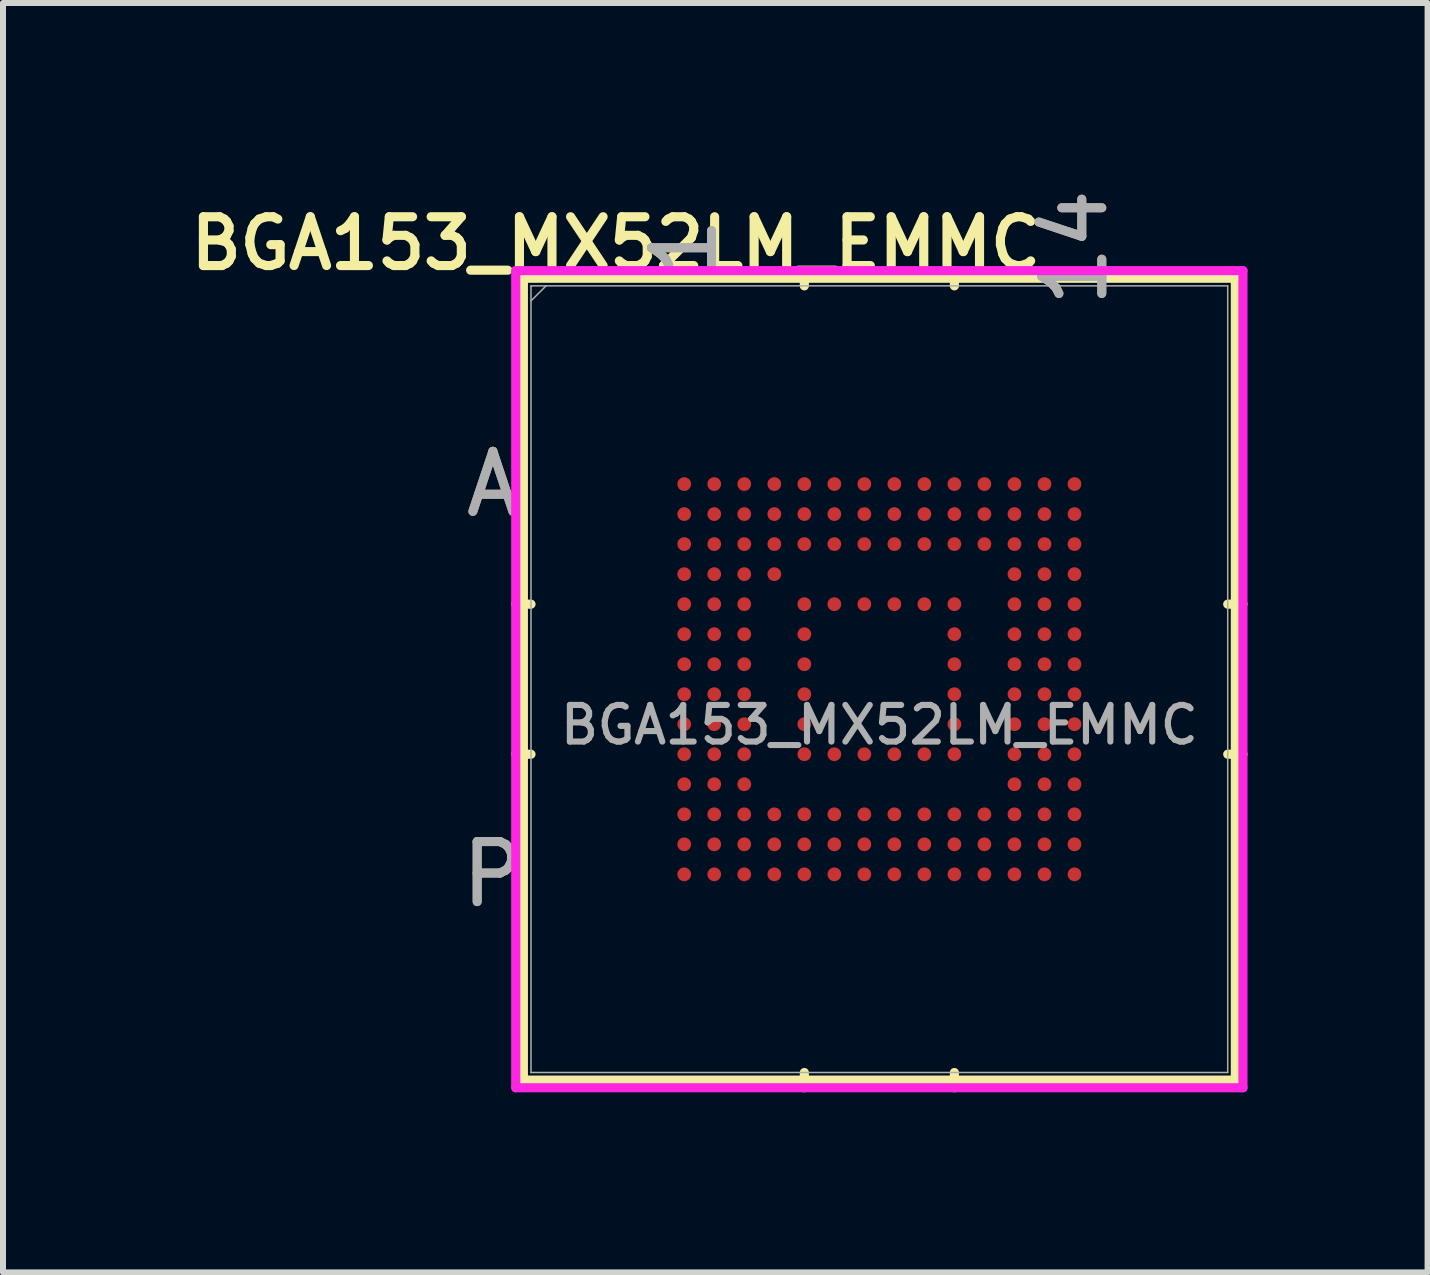
<source format=kicad_pcb>
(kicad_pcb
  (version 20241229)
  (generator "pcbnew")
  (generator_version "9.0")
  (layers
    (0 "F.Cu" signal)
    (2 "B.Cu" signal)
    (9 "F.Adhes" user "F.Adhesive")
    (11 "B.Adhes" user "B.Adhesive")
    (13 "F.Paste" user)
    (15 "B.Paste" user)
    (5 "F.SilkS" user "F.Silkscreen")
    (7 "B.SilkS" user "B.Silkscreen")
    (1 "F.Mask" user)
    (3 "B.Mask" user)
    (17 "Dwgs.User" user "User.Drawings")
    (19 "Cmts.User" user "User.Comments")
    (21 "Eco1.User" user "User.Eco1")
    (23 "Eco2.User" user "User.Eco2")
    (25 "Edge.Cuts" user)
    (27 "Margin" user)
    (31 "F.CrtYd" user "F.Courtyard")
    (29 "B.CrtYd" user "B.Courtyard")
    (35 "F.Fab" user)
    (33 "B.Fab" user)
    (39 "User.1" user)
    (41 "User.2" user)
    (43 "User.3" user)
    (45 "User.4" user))
  (footprint "BGA153_MX52LM_EMMC"
    (layer "F.Cu")
    (at 11.601 8.266)
    (property "Reference" "BGA153_MX52LM_EMMC" (at -4.39 -7.26 0) (unlocked yes) (layer "F.SilkS") (effects (font (size 0.813 0.813) (thickness 0.152) (bold yes))))
    (attr smd)
    (fp_line (start -5.931 -6.68) (end -5.931 6.68) (stroke (width 0.152) (type solid)) (layer "F.SilkS"))
    (fp_line (start -5.931 6.68) (end 5.931 6.68) (stroke (width 0.152) (type solid)) (layer "F.SilkS"))
    (fp_line (start -5.804 -1.25) (end -6.058 -1.25) (stroke (width 0.152) (type solid)) (layer "F.SilkS"))
    (fp_line (start -5.804 1.25) (end -6.058 1.25) (stroke (width 0.152) (type solid)) (layer "F.SilkS"))
    (fp_line (start -1.25 -6.553) (end -1.25 -6.807) (stroke (width 0.152) (type solid)) (layer "F.SilkS"))
    (fp_line (start -1.25 6.553) (end -1.25 6.807) (stroke (width 0.152) (type solid)) (layer "F.SilkS"))
    (fp_line (start 1.25 -6.553) (end 1.25 -6.807) (stroke (width 0.152) (type solid)) (layer "F.SilkS"))
    (fp_line (start 1.25 6.553) (end 1.25 6.807) (stroke (width 0.152) (type solid)) (layer "F.SilkS"))
    (fp_line (start 5.804 -1.25) (end 6.058 -1.25) (stroke (width 0.152) (type solid)) (layer "F.SilkS"))
    (fp_line (start 5.804 1.25) (end 6.058 1.25) (stroke (width 0.152) (type solid)) (layer "F.SilkS"))
    (fp_line (start 5.931 -6.68) (end -5.931 -6.68) (stroke (width 0.152) (type solid)) (layer "F.SilkS"))
    (fp_line (start 5.931 6.68) (end 5.931 -6.68) (stroke (width 0.152) (type solid)) (layer "F.SilkS"))
    (fp_line (start -6.058 -6.807) (end 6.058 -6.807) (stroke (width 0.152) (type solid)) (layer "F.CrtYd"))
    (fp_line (start -6.058 6.807) (end -6.058 -6.807) (stroke (width 0.152) (type solid)) (layer "F.CrtYd"))
    (fp_line (start 6.058 -6.807) (end 6.058 6.807) (stroke (width 0.152) (type solid)) (layer "F.CrtYd"))
    (fp_line (start 6.058 6.807) (end -6.058 6.807) (stroke (width 0.152) (type solid)) (layer "F.CrtYd"))
    (fp_line (start -5.804 -6.553) (end -5.804 6.553) (stroke (width 0.025) (type solid)) (layer "F.Fab"))
    (fp_line (start -5.804 6.553) (end 5.804 6.553) (stroke (width 0.025) (type solid)) (layer "F.Fab"))
    (fp_line (start -5.554 -6.553) (end -5.804 -6.303) (stroke (width 0.025) (type solid)) (layer "F.Fab"))
    (fp_line (start 5.804 -6.553) (end -5.804 -6.553) (stroke (width 0.025) (type solid)) (layer "F.Fab"))
    (fp_line (start 5.804 6.553) (end 5.804 -6.553) (stroke (width 0.025) (type solid)) (layer "F.Fab"))
    (fp_text user "1" (at -3.251 -7.188 90) (unlocked yes) (layer "F.Fab") (effects (font (size 1 1) (thickness 0.15))))
    (fp_text user "${REFERENCE}" (at 0 0.762 0) (unlocked yes) (layer "F.Fab") (effects (font (size 0.61 0.61) (thickness 0.102) (bold yes))))
    (fp_text user "14" (at 3.251 -7.188 90) (unlocked yes) (layer "F.Fab") (effects (font (size 1 1) (thickness 0.15))))
    (fp_text user "A" (at -6.439 -3.251 0) (unlocked yes) (layer "F.Fab") (effects (font (size 1 1) (thickness 0.15))))
    (fp_text user "P" (at -6.439 3.251 0) (unlocked yes) (layer "F.Fab") (effects (font (size 1 1) (thickness 0.15))))
    (fp_text user "P" (at -6.439 3.251 0) (unlocked yes) (layer "F.Fab") (effects (font (size 1 1) (thickness 0.15))))
    (fp_text user "1" (at -3.251 -7.188 90) (unlocked yes) (layer "F.Fab") (effects (font (size 1 1) (thickness 0.15))))
    (fp_text user "A" (at -6.439 -3.251 0) (unlocked yes) (layer "F.Fab") (effects (font (size 1 1) (thickness 0.15))))
    (fp_text user "14" (at 3.251 -7.188 90) (unlocked yes) (layer "F.Fab") (effects (font (size 1 1) (thickness 0.15))))
    (pad "" smd circle (at -3.251 -3.251) (size 0.229 0.229) (layers "F.Cu" "F.Mask" "F.Paste"))
    (pad "" smd circle (at -3.251 -2.751) (size 0.229 0.229) (layers "F.Cu" "F.Mask" "F.Paste"))
    (pad "" smd circle (at -3.251 -2.251) (size 0.229 0.229) (layers "F.Cu" "F.Mask" "F.Paste"))
    (pad "" smd circle (at -3.251 -1.75) (size 0.229 0.229) (layers "F.Cu" "F.Mask" "F.Paste"))
    (pad "" smd circle (at -3.251 -1.25) (size 0.229 0.229) (layers "F.Cu" "F.Mask" "F.Paste"))
    (pad "" smd circle (at -3.251 -0.75) (size 0.229 0.229) (layers "F.Cu" "F.Mask" "F.Paste"))
    (pad "" smd circle (at -3.251 -0.25) (size 0.229 0.229) (layers "F.Cu" "F.Mask" "F.Paste"))
    (pad "" smd circle (at -3.251 0.25) (size 0.229 0.229) (layers "F.Cu" "F.Mask" "F.Paste"))
    (pad "" smd circle (at -3.251 0.75) (size 0.229 0.229) (layers "F.Cu" "F.Mask" "F.Paste"))
    (pad "" smd circle (at -3.251 1.25) (size 0.229 0.229) (layers "F.Cu" "F.Mask" "F.Paste"))
    (pad "" smd circle (at -3.251 1.75) (size 0.229 0.229) (layers "F.Cu" "F.Mask" "F.Paste"))
    (pad "" smd circle (at -3.251 2.251) (size 0.229 0.229) (layers "F.Cu" "F.Mask" "F.Paste"))
    (pad "" smd circle (at -3.251 2.751) (size 0.229 0.229) (layers "F.Cu" "F.Mask" "F.Paste"))
    (pad "" smd circle (at -3.251 3.251) (size 0.229 0.229) (layers "F.Cu" "F.Mask" "F.Paste"))
    (pad "" smd circle (at -2.751 -3.251) (size 0.229 0.229) (layers "F.Cu" "F.Mask" "F.Paste"))
    (pad "" smd circle (at -2.751 -1.75) (size 0.229 0.229) (layers "F.Cu" "F.Mask" "F.Paste"))
    (pad "" smd circle (at -2.751 -1.25) (size 0.229 0.229) (layers "F.Cu" "F.Mask" "F.Paste"))
    (pad "" smd circle (at -2.751 -0.75) (size 0.229 0.229) (layers "F.Cu" "F.Mask" "F.Paste"))
    (pad "" smd circle (at -2.751 -0.25) (size 0.229 0.229) (layers "F.Cu" "F.Mask" "F.Paste"))
    (pad "" smd circle (at -2.751 0.25) (size 0.229 0.229) (layers "F.Cu" "F.Mask" "F.Paste"))
    (pad "" smd circle (at -2.751 0.75) (size 0.229 0.229) (layers "F.Cu" "F.Mask" "F.Paste"))
    (pad "" smd circle (at -2.751 1.25) (size 0.229 0.229) (layers "F.Cu" "F.Mask" "F.Paste"))
    (pad "" smd circle (at -2.751 1.75) (size 0.229 0.229) (layers "F.Cu" "F.Mask" "F.Paste"))
    (pad "" smd circle (at -2.751 2.251) (size 0.229 0.229) (layers "F.Cu" "F.Mask" "F.Paste"))
    (pad "" smd circle (at -2.751 3.251) (size 0.229 0.229) (layers "F.Cu" "F.Mask" "F.Paste"))
    (pad "" smd circle (at -2.251 -2.251) (size 0.229 0.229) (layers "F.Cu" "F.Mask" "F.Paste"))
    (pad "" smd circle (at -2.251 -1.75) (size 0.229 0.229) (layers "F.Cu" "F.Mask" "F.Paste"))
    (pad "" smd circle (at -2.251 -1.25) (size 0.229 0.229) (layers "F.Cu" "F.Mask" "F.Paste"))
    (pad "" smd circle (at -2.251 -0.75) (size 0.229 0.229) (layers "F.Cu" "F.Mask" "F.Paste"))
    (pad "" smd circle (at -2.251 0.25) (size 0.229 0.229) (layers "F.Cu" "F.Mask" "F.Paste"))
    (pad "" smd circle (at -2.251 0.75) (size 0.229 0.229) (layers "F.Cu" "F.Mask" "F.Paste"))
    (pad "" smd circle (at -2.251 1.25) (size 0.229 0.229) (layers "F.Cu" "F.Mask" "F.Paste"))
    (pad "" smd circle (at -2.251 1.75) (size 0.229 0.229) (layers "F.Cu" "F.Mask" "F.Paste"))
    (pad "" smd circle (at -2.251 2.251) (size 0.229 0.229) (layers "F.Cu" "F.Mask" "F.Paste"))
    (pad "" smd circle (at -2.251 2.751) (size 0.229 0.229) (layers "F.Cu" "F.Mask" "F.Paste"))
    (pad "" smd circle (at -1.75 -1.75) (size 0.229 0.229) (layers "F.Cu" "F.Mask" "F.Paste"))
    (pad "" smd circle (at -1.25 -2.251) (size 0.229 0.229) (layers "F.Cu" "F.Mask" "F.Paste"))
    (pad "" smd circle (at -0.75 2.751) (size 0.229 0.229) (layers "F.Cu" "F.Mask" "F.Paste"))
    (pad "" smd circle (at -0.25 -2.751) (size 0.229 0.229) (layers "F.Cu" "F.Mask" "F.Paste"))
    (pad "" smd circle (at -0.25 -2.251) (size 0.229 0.229) (layers "F.Cu" "F.Mask" "F.Paste"))
    (pad "" smd circle (at -0.25 2.251) (size 0.229 0.229) (layers "F.Cu" "F.Mask" "F.Paste"))
    (pad "" smd circle (at -0.25 2.751) (size 0.229 0.229) (layers "F.Cu" "F.Mask" "F.Paste"))
    (pad "" smd circle (at 0.25 -3.251) (size 0.229 0.229) (layers "F.Cu" "F.Mask" "F.Paste"))
    (pad "" smd circle (at 0.25 -2.751) (size 0.229 0.229) (layers "F.Cu" "F.Mask" "F.Paste"))
    (pad "" smd circle (at 0.25 -2.251) (size 0.229 0.229) (layers "F.Cu" "F.Mask" "F.Paste"))
    (pad "" smd circle (at 0.25 2.251) (size 0.229 0.229) (layers "F.Cu" "F.Mask" "F.Paste"))
    (pad "" smd circle (at 0.25 2.751) (size 0.229 0.229) (layers "F.Cu" "F.Mask" "F.Paste"))
    (pad "" smd circle (at 0.25 3.251) (size 0.229 0.229) (layers "F.Cu" "F.Mask" "F.Paste"))
    (pad "" smd circle (at 0.75 -3.251) (size 0.229 0.229) (layers "F.Cu" "F.Mask" "F.Paste"))
    (pad "" smd circle (at 0.75 -2.751) (size 0.229 0.229) (layers "F.Cu" "F.Mask" "F.Paste"))
    (pad "" smd circle (at 0.75 -2.251) (size 0.229 0.229) (layers "F.Cu" "F.Mask" "F.Paste"))
    (pad "" smd circle (at 0.75 2.251) (size 0.229 0.229) (layers "F.Cu" "F.Mask" "F.Paste"))
    (pad "" smd circle (at 0.75 2.751) (size 0.229 0.229) (layers "F.Cu" "F.Mask" "F.Paste"))
    (pad "" smd circle (at 0.75 3.251) (size 0.229 0.229) (layers "F.Cu" "F.Mask" "F.Paste"))
    (pad "" smd circle (at 1.25 -3.251) (size 0.229 0.229) (layers "F.Cu" "F.Mask" "F.Paste"))
    (pad "" smd circle (at 1.25 -2.751) (size 0.229 0.229) (layers "F.Cu" "F.Mask" "F.Paste"))
    (pad "" smd circle (at 1.25 -2.251) (size 0.229 0.229) (layers "F.Cu" "F.Mask" "F.Paste"))
    (pad "" smd circle (at 1.25 2.251) (size 0.229 0.229) (layers "F.Cu" "F.Mask" "F.Paste"))
    (pad "" smd circle (at 1.25 2.751) (size 0.229 0.229) (layers "F.Cu" "F.Mask" "F.Paste"))
    (pad "" smd circle (at 1.75 -3.251) (size 0.229 0.229) (layers "F.Cu" "F.Mask" "F.Paste"))
    (pad "" smd circle (at 1.75 -2.751) (size 0.229 0.229) (layers "F.Cu" "F.Mask" "F.Paste"))
    (pad "" smd circle (at 1.75 -2.251) (size 0.229 0.229) (layers "F.Cu" "F.Mask" "F.Paste"))
    (pad "" smd circle (at 1.75 2.251) (size 0.229 0.229) (layers "F.Cu" "F.Mask" "F.Paste"))
    (pad "" smd circle (at 1.75 2.751) (size 0.229 0.229) (layers "F.Cu" "F.Mask" "F.Paste"))
    (pad "" smd circle (at 1.75 3.251) (size 0.229 0.229) (layers "F.Cu" "F.Mask" "F.Paste"))
    (pad "" smd circle (at 2.251 -3.251) (size 0.229 0.229) (layers "F.Cu" "F.Mask" "F.Paste"))
    (pad "" smd circle (at 2.251 -2.751) (size 0.229 0.229) (layers "F.Cu" "F.Mask" "F.Paste"))
    (pad "" smd circle (at 2.251 -2.251) (size 0.229 0.229) (layers "F.Cu" "F.Mask" "F.Paste"))
    (pad "" smd circle (at 2.251 -1.75) (size 0.229 0.229) (layers "F.Cu" "F.Mask" "F.Paste"))
    (pad "" smd circle (at 2.251 -1.25) (size 0.229 0.229) (layers "F.Cu" "F.Mask" "F.Paste"))
    (pad "" smd circle (at 2.251 -0.75) (size 0.229 0.229) (layers "F.Cu" "F.Mask" "F.Paste"))
    (pad "" smd circle (at 2.251 -0.25) (size 0.229 0.229) (layers "F.Cu" "F.Mask" "F.Paste"))
    (pad "" smd circle (at 2.251 0.25) (size 0.229 0.229) (layers "F.Cu" "F.Mask" "F.Paste"))
    (pad "" smd circle (at 2.251 0.75) (size 0.229 0.229) (layers "F.Cu" "F.Mask" "F.Paste"))
    (pad "" smd circle (at 2.251 1.25) (size 0.229 0.229) (layers "F.Cu" "F.Mask" "F.Paste"))
    (pad "" smd circle (at 2.251 1.75) (size 0.229 0.229) (layers "F.Cu" "F.Mask" "F.Paste"))
    (pad "" smd circle (at 2.251 2.251) (size 0.229 0.229) (layers "F.Cu" "F.Mask" "F.Paste"))
    (pad "" smd circle (at 2.251 2.751) (size 0.229 0.229) (layers "F.Cu" "F.Mask" "F.Paste"))
    (pad "" smd circle (at 2.251 3.251) (size 0.229 0.229) (layers "F.Cu" "F.Mask" "F.Paste"))
    (pad "" smd circle (at 2.751 -3.251) (size 0.229 0.229) (layers "F.Cu" "F.Mask" "F.Paste"))
    (pad "" smd circle (at 2.751 -2.751) (size 0.229 0.229) (layers "F.Cu" "F.Mask" "F.Paste"))
    (pad "" smd circle (at 2.751 -2.251) (size 0.229 0.229) (layers "F.Cu" "F.Mask" "F.Paste"))
    (pad "" smd circle (at 2.751 -1.75) (size 0.229 0.229) (layers "F.Cu" "F.Mask" "F.Paste"))
    (pad "" smd circle (at 2.751 -1.25) (size 0.229 0.229) (layers "F.Cu" "F.Mask" "F.Paste"))
    (pad "" smd circle (at 2.751 -0.75) (size 0.229 0.229) (layers "F.Cu" "F.Mask" "F.Paste"))
    (pad "" smd circle (at 2.751 -0.25) (size 0.229 0.229) (layers "F.Cu" "F.Mask" "F.Paste"))
    (pad "" smd circle (at 2.751 0.25) (size 0.229 0.229) (layers "F.Cu" "F.Mask" "F.Paste"))
    (pad "" smd circle (at 2.751 0.75) (size 0.229 0.229) (layers "F.Cu" "F.Mask" "F.Paste"))
    (pad "" smd circle (at 2.751 1.25) (size 0.229 0.229) (layers "F.Cu" "F.Mask" "F.Paste"))
    (pad "" smd circle (at 2.751 1.75) (size 0.229 0.229) (layers "F.Cu" "F.Mask" "F.Paste"))
    (pad "" smd circle (at 2.751 2.251) (size 0.229 0.229) (layers "F.Cu" "F.Mask" "F.Paste"))
    (pad "" smd circle (at 2.751 2.751) (size 0.229 0.229) (layers "F.Cu" "F.Mask" "F.Paste"))
    (pad "" smd circle (at 2.751 3.251) (size 0.229 0.229) (layers "F.Cu" "F.Mask" "F.Paste"))
    (pad "" smd circle (at 3.251 -3.251) (size 0.229 0.229) (layers "F.Cu" "F.Mask" "F.Paste"))
    (pad "" smd circle (at 3.251 -2.751) (size 0.229 0.229) (layers "F.Cu" "F.Mask" "F.Paste"))
    (pad "" smd circle (at 3.251 -2.251) (size 0.229 0.229) (layers "F.Cu" "F.Mask" "F.Paste"))
    (pad "" smd circle (at 3.251 -1.75) (size 0.229 0.229) (layers "F.Cu" "F.Mask" "F.Paste"))
    (pad "" smd circle (at 3.251 -1.25) (size 0.229 0.229) (layers "F.Cu" "F.Mask" "F.Paste"))
    (pad "" smd circle (at 3.251 -0.75) (size 0.229 0.229) (layers "F.Cu" "F.Mask" "F.Paste"))
    (pad "" smd circle (at 3.251 -0.25) (size 0.229 0.229) (layers "F.Cu" "F.Mask" "F.Paste"))
    (pad "" smd circle (at 3.251 0.25) (size 0.229 0.229) (layers "F.Cu" "F.Mask" "F.Paste"))
    (pad "" smd circle (at 3.251 0.75) (size 0.229 0.229) (layers "F.Cu" "F.Mask" "F.Paste"))
    (pad "" smd circle (at 3.251 1.25) (size 0.229 0.229) (layers "F.Cu" "F.Mask" "F.Paste"))
    (pad "" smd circle (at 3.251 1.75) (size 0.229 0.229) (layers "F.Cu" "F.Mask" "F.Paste"))
    (pad "" smd circle (at 3.251 2.251) (size 0.229 0.229) (layers "F.Cu" "F.Mask" "F.Paste"))
    (pad "" smd circle (at 3.251 2.751) (size 0.229 0.229) (layers "F.Cu" "F.Mask" "F.Paste"))
    (pad "" smd circle (at 3.251 3.251) (size 0.229 0.229) (layers "F.Cu" "F.Mask" "F.Paste"))
    (pad "A3" smd circle (at -2.251 -3.251) (size 0.229 0.229) (layers "F.Cu" "F.Mask" "F.Paste"))
    (pad "A4" smd circle (at -1.75 -3.251) (size 0.229 0.229) (layers "F.Cu" "F.Mask" "F.Paste"))
    (pad "A5" smd circle (at -1.25 -3.251) (size 0.229 0.229) (layers "F.Cu" "F.Mask" "F.Paste"))
    (pad "A6" smd circle (at -0.75 -3.251) (size 0.229 0.229) (layers "F.Cu" "F.Mask" "F.Paste"))
    (pad "A7" smd circle (at -0.25 -3.251) (size 0.229 0.229) (layers "F.Cu" "F.Mask" "F.Paste"))
    (pad "B2" smd circle (at -2.751 -2.751) (size 0.229 0.229) (layers "F.Cu" "F.Mask" "F.Paste"))
    (pad "B3" smd circle (at -2.251 -2.751) (size 0.229 0.229) (layers "F.Cu" "F.Mask" "F.Paste"))
    (pad "B4" smd circle (at -1.75 -2.751) (size 0.229 0.229) (layers "F.Cu" "F.Mask" "F.Paste"))
    (pad "B5" smd circle (at -1.25 -2.751) (size 0.229 0.229) (layers "F.Cu" "F.Mask" "F.Paste"))
    (pad "B6" smd circle (at -0.75 -2.751) (size 0.229 0.229) (layers "F.Cu" "F.Mask" "F.Paste"))
    (pad "C2" smd circle (at -2.751 -2.251) (size 0.229 0.229) (layers "F.Cu" "F.Mask" "F.Paste"))
    (pad "C4" smd circle (at -1.75 -2.251) (size 0.229 0.229) (layers "F.Cu" "F.Mask" "F.Paste"))
    (pad "C6" smd circle (at -0.75 -2.251) (size 0.229 0.229) (layers "F.Cu" "F.Mask" "F.Paste"))
    (pad "E5" smd circle (at -1.25 -1.25) (size 0.229 0.229) (layers "F.Cu" "F.Mask" "F.Paste"))
    (pad "E6" smd circle (at -0.75 -1.25) (size 0.229 0.229) (layers "F.Cu" "F.Mask" "F.Paste"))
    (pad "E7" smd circle (at -0.25 -1.25) (size 0.229 0.229) (layers "F.Cu" "F.Mask" "F.Paste"))
    (pad "E8" smd circle (at 0.25 -1.25) (size 0.229 0.229) (layers "F.Cu" "F.Mask" "F.Paste"))
    (pad "E9" smd circle (at 0.75 -1.25) (size 0.229 0.229) (layers "F.Cu" "F.Mask" "F.Paste"))
    (pad "E10" smd circle (at 1.25 -1.25) (size 0.229 0.229) (layers "F.Cu" "F.Mask" "F.Paste"))
    (pad "F5" smd circle (at -1.25 -0.75) (size 0.229 0.229) (layers "F.Cu" "F.Mask" "F.Paste"))
    (pad "F10" smd circle (at 1.25 -0.75) (size 0.229 0.229) (layers "F.Cu" "F.Mask" "F.Paste"))
    (pad "G3" smd circle (at -2.251 -0.25) (size 0.229 0.229) (layers "F.Cu" "F.Mask" "F.Paste"))
    (pad "G5" smd circle (at -1.25 -0.25) (size 0.229 0.229) (layers "F.Cu" "F.Mask" "F.Paste"))
    (pad "G10" smd circle (at 1.25 -0.25) (size 0.229 0.229) (layers "F.Cu" "F.Mask" "F.Paste"))
    (pad "H5" smd circle (at -1.25 0.25) (size 0.229 0.229) (layers "F.Cu" "F.Mask" "F.Paste"))
    (pad "H10" smd circle (at 1.25 0.25) (size 0.229 0.229) (layers "F.Cu" "F.Mask" "F.Paste"))
    (pad "J5" smd circle (at -1.25 0.75) (size 0.229 0.229) (layers "F.Cu" "F.Mask" "F.Paste"))
    (pad "J10" smd circle (at 1.25 0.75) (size 0.229 0.229) (layers "F.Cu" "F.Mask" "F.Paste"))
    (pad "K5" smd circle (at -1.25 1.25) (size 0.229 0.229) (layers "F.Cu" "F.Mask" "F.Paste"))
    (pad "K6" smd circle (at -0.75 1.25) (size 0.229 0.229) (layers "F.Cu" "F.Mask" "F.Paste"))
    (pad "K7" smd circle (at -0.25 1.25) (size 0.229 0.229) (layers "F.Cu" "F.Mask" "F.Paste"))
    (pad "K8" smd circle (at 0.25 1.25) (size 0.229 0.229) (layers "F.Cu" "F.Mask" "F.Paste"))
    (pad "K9" smd circle (at 0.75 1.25) (size 0.229 0.229) (layers "F.Cu" "F.Mask" "F.Paste"))
    (pad "K10" smd circle (at 1.25 1.25) (size 0.229 0.229) (layers "F.Cu" "F.Mask" "F.Paste"))
    (pad "M4" smd circle (at -1.75 2.251) (size 0.229 0.229) (layers "F.Cu" "F.Mask" "F.Paste"))
    (pad "M5" smd circle (at -1.25 2.251) (size 0.229 0.229) (layers "F.Cu" "F.Mask" "F.Paste"))
    (pad "M6" smd circle (at -0.75 2.251) (size 0.229 0.229) (layers "F.Cu" "F.Mask" "F.Paste"))
    (pad "N2" smd circle (at -2.751 2.751) (size 0.229 0.229) (layers "F.Cu" "F.Mask" "F.Paste"))
    (pad "N4" smd circle (at -1.75 2.751) (size 0.229 0.229) (layers "F.Cu" "F.Mask" "F.Paste"))
    (pad "N5" smd circle (at -1.25 2.751) (size 0.229 0.229) (layers "F.Cu" "F.Mask" "F.Paste"))
    (pad "P3" smd circle (at -2.251 3.251) (size 0.229 0.229) (layers "F.Cu" "F.Mask" "F.Paste"))
    (pad "P4" smd circle (at -1.75 3.251) (size 0.229 0.229) (layers "F.Cu" "F.Mask" "F.Paste"))
    (pad "P5" smd circle (at -1.25 3.251) (size 0.229 0.229) (layers "F.Cu" "F.Mask" "F.Paste"))
    (pad "P6" smd circle (at -0.75 3.251) (size 0.229 0.229) (layers "F.Cu" "F.Mask" "F.Paste"))
    (pad "P7" smd circle (at -0.25 3.251) (size 0.229 0.229) (layers "F.Cu" "F.Mask" "F.Paste"))
    (pad "P10" smd circle (at 1.25 3.251) (size 0.229 0.229) (layers "F.Cu" "F.Mask" "F.Paste")))
  (gr_rect
    (start -3 -3)
    (end 20.735 18.149)
    (stroke (width 0.1) (type default))
    (fill no)
    (layer "Edge.Cuts")))
</source>
